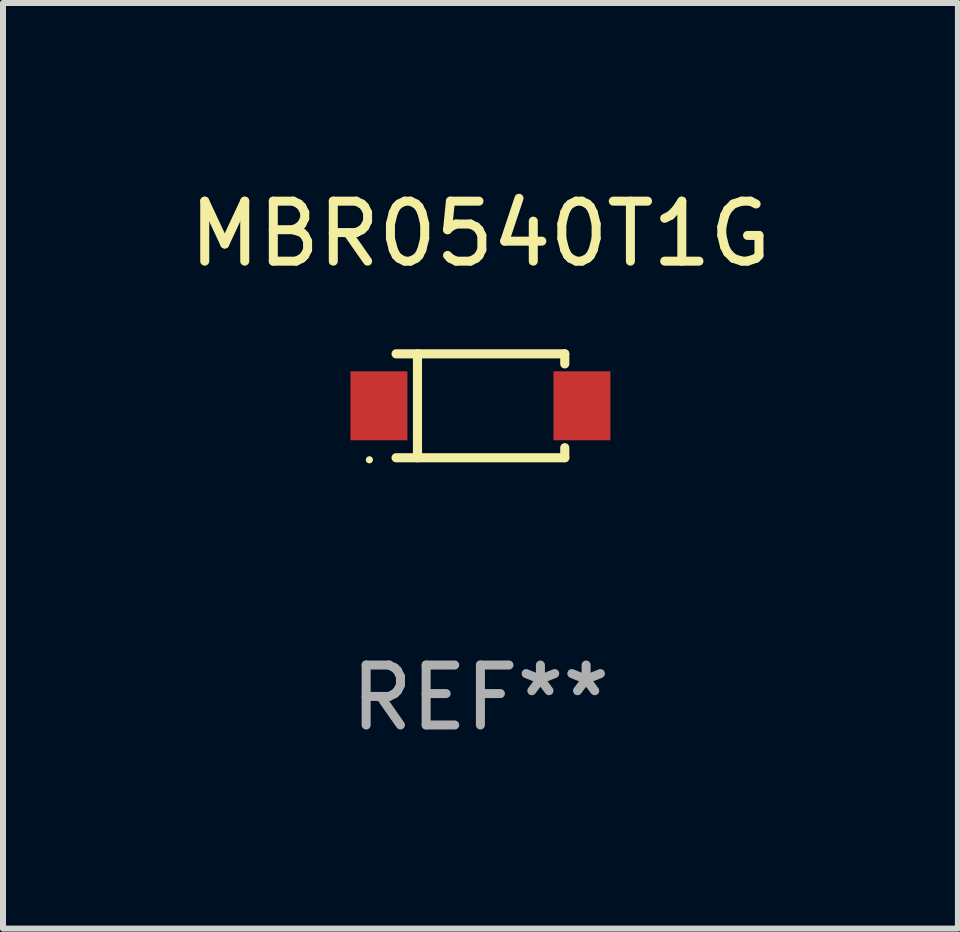
<source format=kicad_pcb>
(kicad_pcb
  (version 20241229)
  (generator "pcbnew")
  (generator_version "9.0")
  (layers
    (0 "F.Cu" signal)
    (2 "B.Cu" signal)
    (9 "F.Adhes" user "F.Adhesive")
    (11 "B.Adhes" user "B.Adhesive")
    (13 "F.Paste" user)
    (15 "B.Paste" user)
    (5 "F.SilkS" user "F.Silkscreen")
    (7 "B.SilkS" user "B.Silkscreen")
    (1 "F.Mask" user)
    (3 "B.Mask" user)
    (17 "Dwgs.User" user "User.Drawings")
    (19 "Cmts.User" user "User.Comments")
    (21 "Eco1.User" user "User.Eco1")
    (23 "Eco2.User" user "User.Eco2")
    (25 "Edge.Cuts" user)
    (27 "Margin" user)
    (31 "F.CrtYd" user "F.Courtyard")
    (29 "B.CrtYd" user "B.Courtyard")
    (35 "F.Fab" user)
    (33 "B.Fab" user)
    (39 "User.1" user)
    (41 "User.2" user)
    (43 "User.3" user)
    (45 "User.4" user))
  (footprint "MBR0540T1G"
    (layer "F.Cu")
    (at 4.958 3.714)
    (property "Reference" "MBR0540T1G" (at 0 -2.866 0) (layer "F.SilkS") (effects (font (size 1 1) (thickness 0.15))))
    (attr through_hole)
    (fp_line (start -1.406 -0.866) (end 1.406 -0.866) (stroke (width 0.152) (type solid)) (layer "F.SilkS"))
    (fp_line (start -1.406 0.866) (end 1.406 0.866) (stroke (width 0.152) (type solid)) (layer "F.SilkS"))
    (fp_line (start -1.049 -0.866) (end -1.049 0.866) (stroke (width 0.152) (type solid)) (layer "F.SilkS"))
    (fp_line (start 1.406 -0.866) (end 1.406 -0.698) (stroke (width 0.152) (type solid)) (layer "F.SilkS"))
    (fp_line (start 1.406 0.866) (end 1.406 0.698) (stroke (width 0.152) (type solid)) (layer "F.SilkS"))
    (fp_circle (center -1.851 0.9) (end -1.821 0.9) (stroke (width 0.06) (type solid)) (fill no) (layer "F.SilkS"))
    (fp_text user "REF**" (at 0 4.866 0) (layer "F.Fab") (effects (font (size 1 1) (thickness 0.15))))
    (pad "1" smd rect (at -1.692 0) (size 0.95 1.15) (layers "F.Cu" "F.Mask" "F.Paste"))
    (pad "2" smd rect (at 1.692 0) (size 0.95 1.15) (layers "F.Cu" "F.Mask" "F.Paste")))
  (gr_rect
    (start -3 -3)
    (end 12.917 12.429)
    (stroke (width 0.1) (type default))
    (fill no)
    (layer "Edge.Cuts")))
</source>
